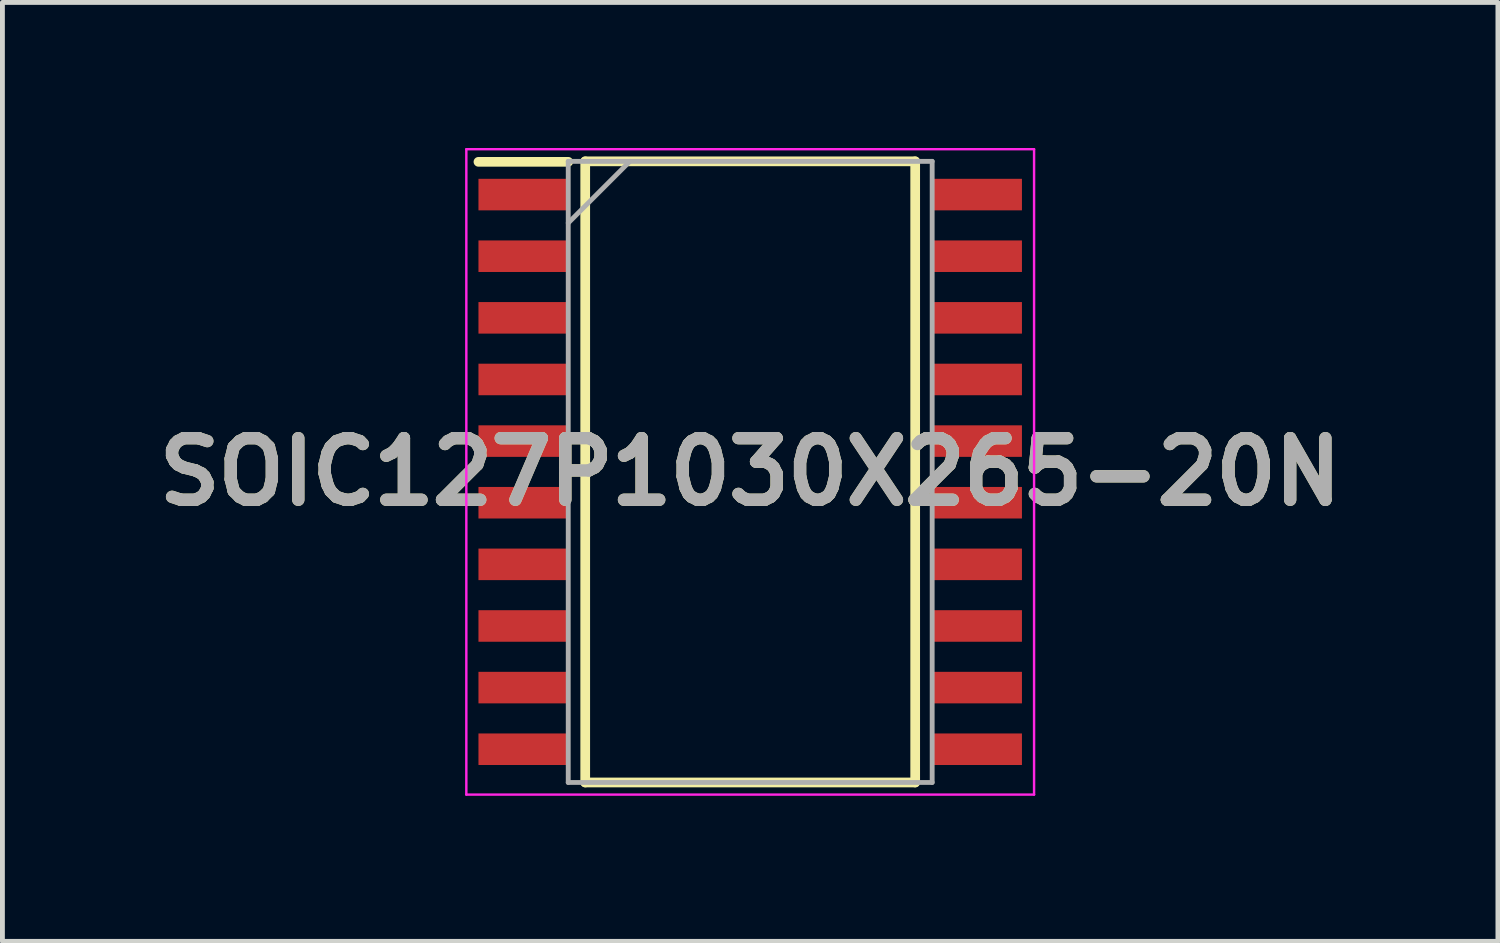
<source format=kicad_pcb>
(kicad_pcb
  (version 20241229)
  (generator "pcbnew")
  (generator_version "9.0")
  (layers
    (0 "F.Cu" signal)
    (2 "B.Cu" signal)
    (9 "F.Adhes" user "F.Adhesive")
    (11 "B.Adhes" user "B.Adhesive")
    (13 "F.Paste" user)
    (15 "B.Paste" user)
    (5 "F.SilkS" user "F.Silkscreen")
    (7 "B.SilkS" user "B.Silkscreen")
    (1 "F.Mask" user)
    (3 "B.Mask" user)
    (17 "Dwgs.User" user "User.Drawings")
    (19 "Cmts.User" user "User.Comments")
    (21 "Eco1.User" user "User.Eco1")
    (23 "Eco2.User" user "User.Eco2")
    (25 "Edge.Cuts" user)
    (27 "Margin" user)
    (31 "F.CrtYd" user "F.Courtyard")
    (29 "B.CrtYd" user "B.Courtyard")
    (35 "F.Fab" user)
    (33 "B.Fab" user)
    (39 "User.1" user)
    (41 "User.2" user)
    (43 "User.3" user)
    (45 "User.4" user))
  (footprint "SOIC127P1030X265-20N"
    (layer "F.Cu")
    (at 12.41 6.675)
    (property "Reference" "SOIC127P1030X265-20N" (at 0 0 0) (layer "F.SilkS") (effects (font (size 1.27 1.27) (thickness 0.254))))
    (attr smd)
    (fp_line (start -5.6 -6.39) (end -3.75 -6.39) (stroke (width 0.2) (type solid)) (layer "F.SilkS"))
    (fp_line (start -3.4 -6.4) (end 3.4 -6.4) (stroke (width 0.2) (type solid)) (layer "F.SilkS"))
    (fp_line (start -3.4 6.4) (end -3.4 -6.4) (stroke (width 0.2) (type solid)) (layer "F.SilkS"))
    (fp_line (start 3.4 -6.4) (end 3.4 6.4) (stroke (width 0.2) (type solid)) (layer "F.SilkS"))
    (fp_line (start 3.4 6.4) (end -3.4 6.4) (stroke (width 0.2) (type solid)) (layer "F.SilkS"))
    (fp_line (start -5.85 -6.65) (end 5.85 -6.65) (stroke (width 0.05) (type solid)) (layer "F.CrtYd"))
    (fp_line (start -5.85 6.65) (end -5.85 -6.65) (stroke (width 0.05) (type solid)) (layer "F.CrtYd"))
    (fp_line (start 5.85 -6.65) (end 5.85 6.65) (stroke (width 0.05) (type solid)) (layer "F.CrtYd"))
    (fp_line (start 5.85 6.65) (end -5.85 6.65) (stroke (width 0.05) (type solid)) (layer "F.CrtYd"))
    (fp_line (start -3.75 -6.4) (end 3.75 -6.4) (stroke (width 0.1) (type solid)) (layer "F.Fab"))
    (fp_line (start -3.75 -5.13) (end -2.48 -6.4) (stroke (width 0.1) (type solid)) (layer "F.Fab"))
    (fp_line (start -3.75 6.4) (end -3.75 -6.4) (stroke (width 0.1) (type solid)) (layer "F.Fab"))
    (fp_line (start 3.75 -6.4) (end 3.75 6.4) (stroke (width 0.1) (type solid)) (layer "F.Fab"))
    (fp_line (start 3.75 6.4) (end -3.75 6.4) (stroke (width 0.1) (type solid)) (layer "F.Fab"))
    (fp_text user "${REFERENCE}" (at 0 0 0) (layer "F.Fab") (effects (font (size 1.27 1.27) (thickness 0.254))))
    (pad "1" smd rect (at -4.675 -5.715 90) (size 0.65 1.85) (layers "F.Cu" "F.Mask" "F.Paste"))
    (pad "2" smd rect (at -4.675 -4.445 90) (size 0.65 1.85) (layers "F.Cu" "F.Mask" "F.Paste"))
    (pad "3" smd rect (at -4.675 -3.175 90) (size 0.65 1.85) (layers "F.Cu" "F.Mask" "F.Paste"))
    (pad "4" smd rect (at -4.675 -1.905 90) (size 0.65 1.85) (layers "F.Cu" "F.Mask" "F.Paste"))
    (pad "5" smd rect (at -4.675 -0.635 90) (size 0.65 1.85) (layers "F.Cu" "F.Mask" "F.Paste"))
    (pad "6" smd rect (at -4.675 0.635 90) (size 0.65 1.85) (layers "F.Cu" "F.Mask" "F.Paste"))
    (pad "7" smd rect (at -4.675 1.905 90) (size 0.65 1.85) (layers "F.Cu" "F.Mask" "F.Paste"))
    (pad "8" smd rect (at -4.675 3.175 90) (size 0.65 1.85) (layers "F.Cu" "F.Mask" "F.Paste"))
    (pad "9" smd rect (at -4.675 4.445 90) (size 0.65 1.85) (layers "F.Cu" "F.Mask" "F.Paste"))
    (pad "10" smd rect (at -4.675 5.715 90) (size 0.65 1.85) (layers "F.Cu" "F.Mask" "F.Paste"))
    (pad "11" smd rect (at 4.675 5.715 90) (size 0.65 1.85) (layers "F.Cu" "F.Mask" "F.Paste"))
    (pad "12" smd rect (at 4.675 4.445 90) (size 0.65 1.85) (layers "F.Cu" "F.Mask" "F.Paste"))
    (pad "13" smd rect (at 4.675 3.175 90) (size 0.65 1.85) (layers "F.Cu" "F.Mask" "F.Paste"))
    (pad "14" smd rect (at 4.675 1.905 90) (size 0.65 1.85) (layers "F.Cu" "F.Mask" "F.Paste"))
    (pad "15" smd rect (at 4.675 0.635 90) (size 0.65 1.85) (layers "F.Cu" "F.Mask" "F.Paste"))
    (pad "16" smd rect (at 4.675 -0.635 90) (size 0.65 1.85) (layers "F.Cu" "F.Mask" "F.Paste"))
    (pad "17" smd rect (at 4.675 -1.905 90) (size 0.65 1.85) (layers "F.Cu" "F.Mask" "F.Paste"))
    (pad "18" smd rect (at 4.675 -3.175 90) (size 0.65 1.85) (layers "F.Cu" "F.Mask" "F.Paste"))
    (pad "19" smd rect (at 4.675 -4.445 90) (size 0.65 1.85) (layers "F.Cu" "F.Mask" "F.Paste"))
    (pad "20" smd rect (at 4.675 -5.715 90) (size 0.65 1.85) (layers "F.Cu" "F.Mask" "F.Paste")))
  (gr_rect
    (start -3 -3)
    (end 27.819 16.35)
    (stroke (width 0.1) (type default))
    (fill no)
    (layer "Edge.Cuts")))
</source>
